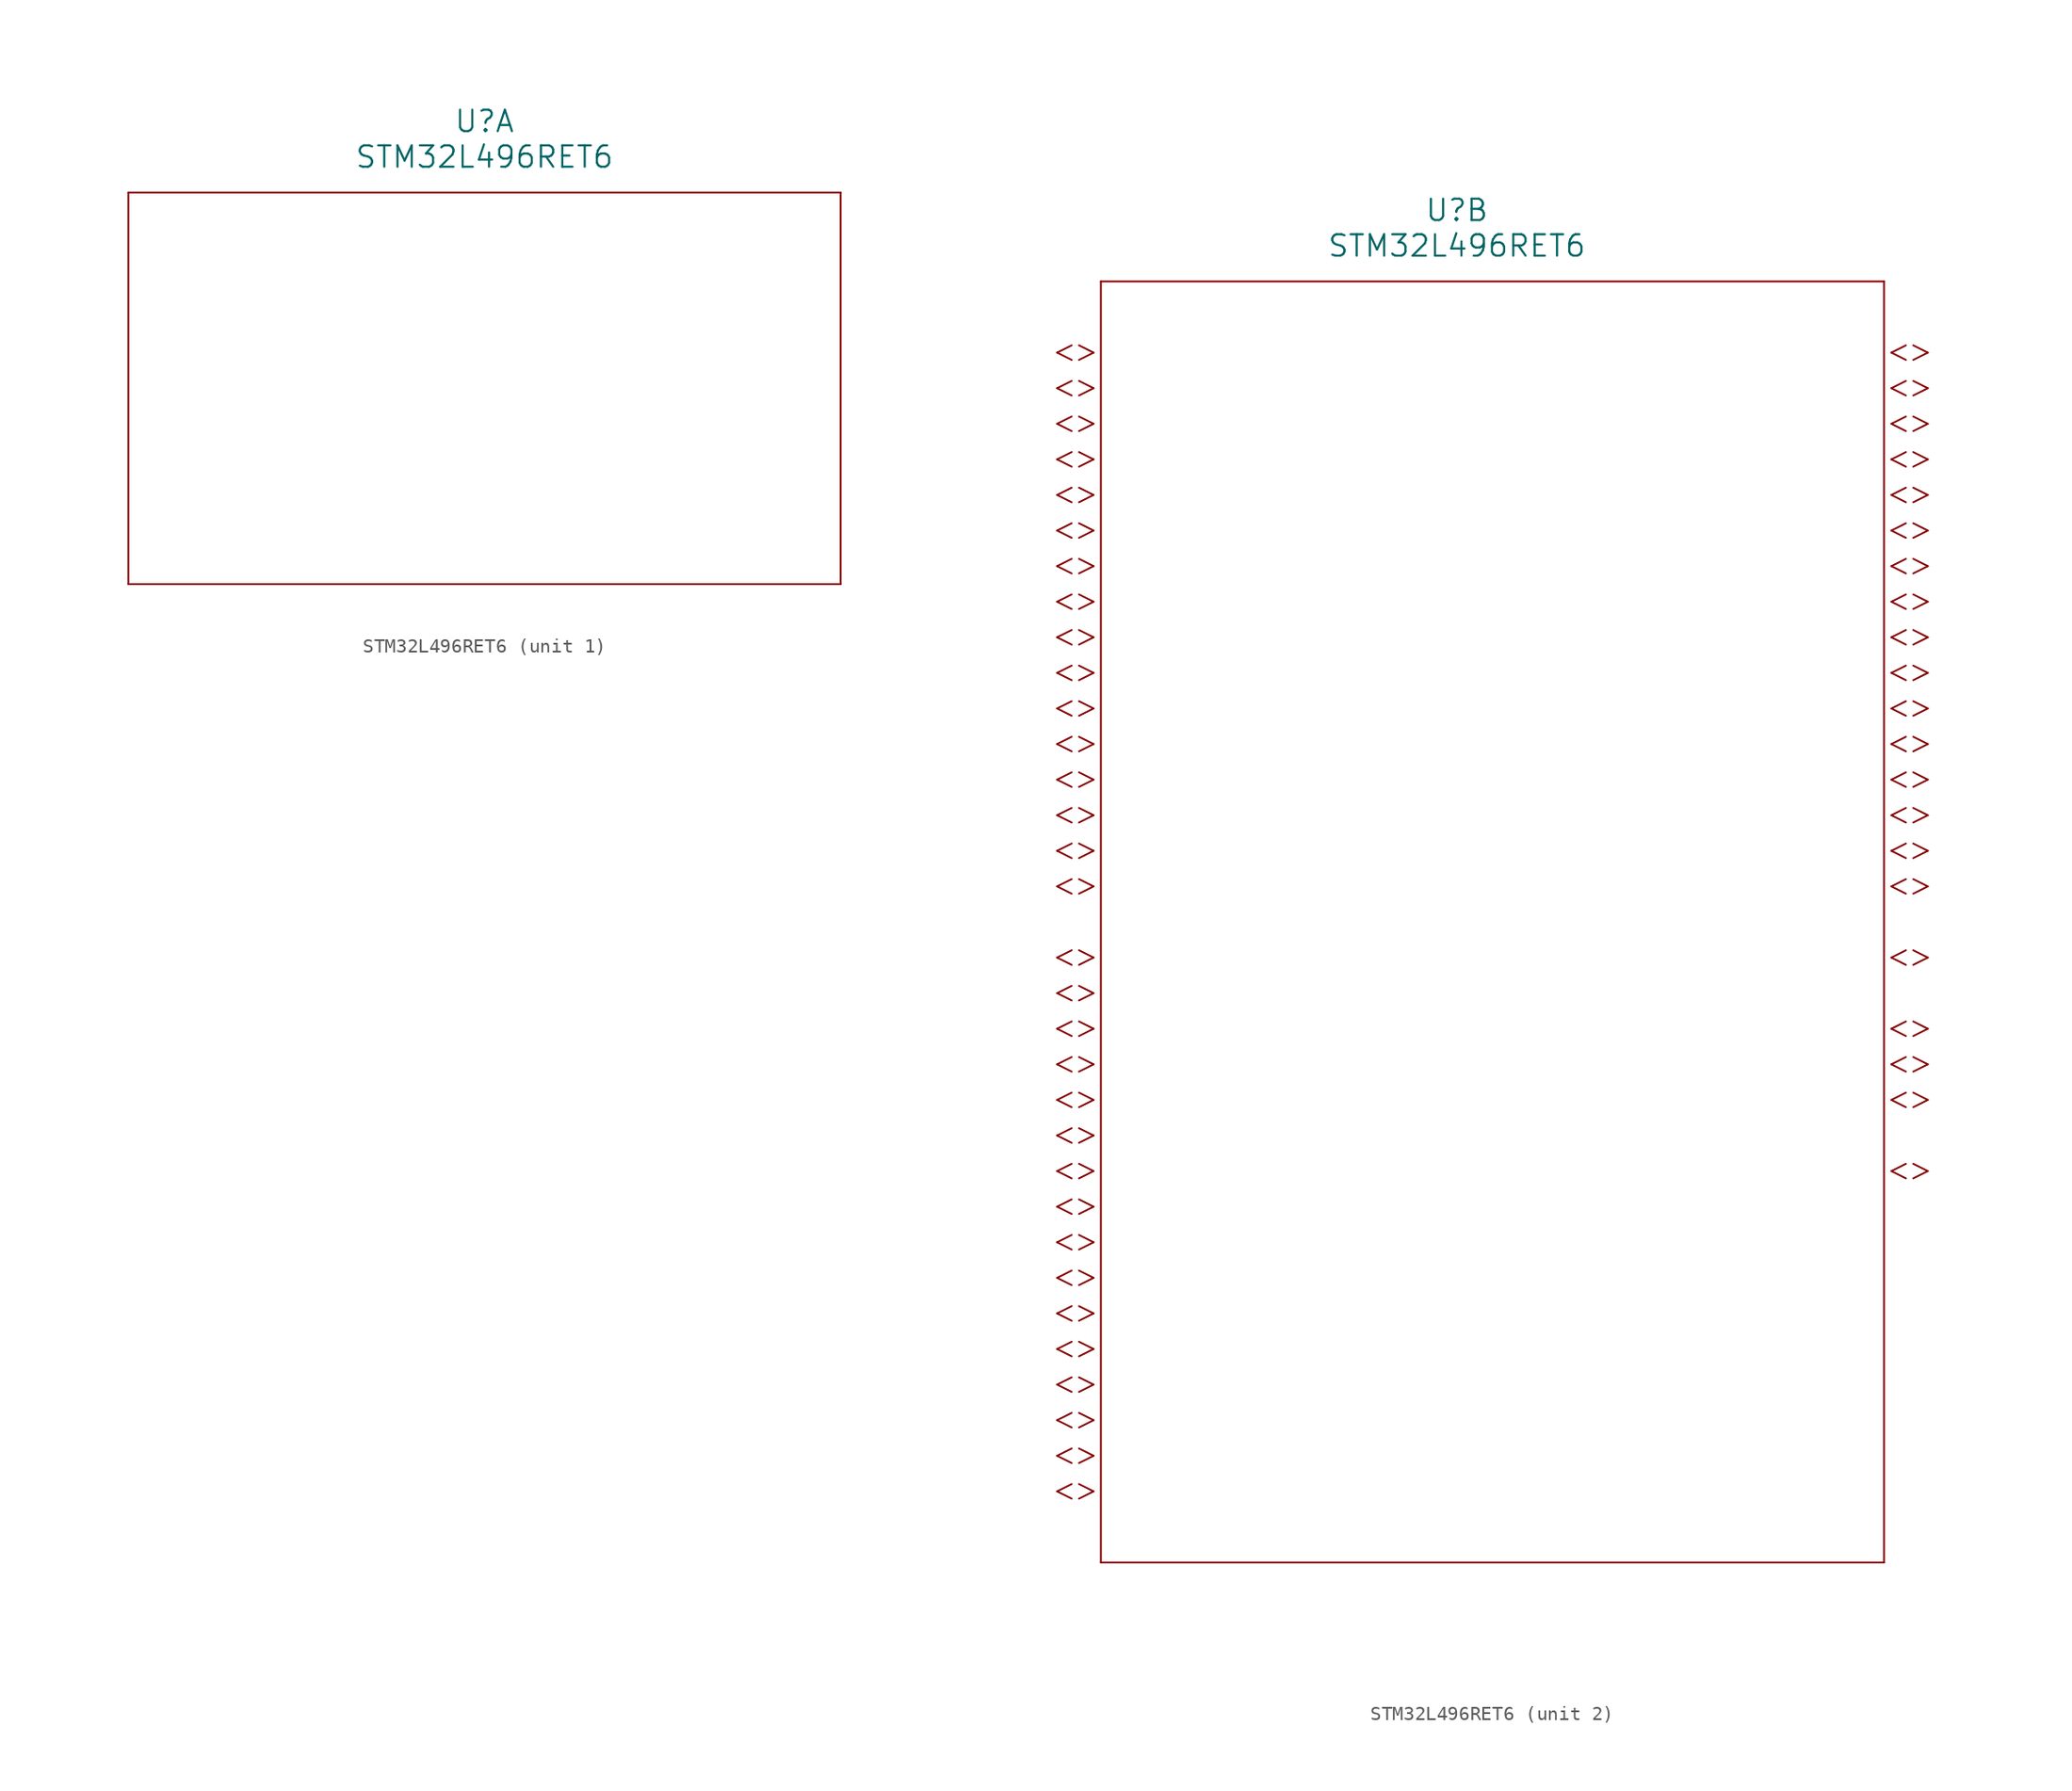
<source format=kicad_sym>
(kicad_symbol_lib
  (version 20220914)
  (generator kicad_symbol_editor)
  (symbol "STM32L496RET6"
    (pin_names
      (offset 0.254))
    (property "Reference" "U"
      (at 33.02 10.16 0)
      (effects (font (size 1.524 1.524))))
    (property "Value" "STM32L496RET6"
      (at 33.02 7.62 0)
      (effects (font (size 1.524 1.524))))
    (symbol "STM32L496RET6_1_1"
      (polyline (pts (xy 7.62 5.08) (xy 7.62 -22.86)) (stroke (width 0.127) (type default) (color 0 0 0 0)) (fill (type none)))
      (polyline (pts (xy 7.62 -22.86) (xy 58.42 -22.86)) (stroke (width 0.127) (type default) (color 0 0 0 0)) (fill (type none)))
      (polyline (pts (xy 58.42 -22.86) (xy 58.42 5.08)) (stroke (width 0.127) (type default) (color 0 0 0 0)) (fill (type none)))
      (polyline (pts (xy 58.42 5.08) (xy 7.62 5.08)) (stroke (width 0.127) (type default) (color 0 0 0 0)) (fill (type none))))
    (symbol "STM32L496RET6_2_1"
      (polyline (pts (xy 7.099 0) (xy 6.058 0.521)) (stroke (width 0.127) (type default) (color 0 0 0 0)) (fill (type none)))
      (polyline (pts (xy 7.099 0) (xy 6.058 -0.521)) (stroke (width 0.127) (type default) (color 0 0 0 0)) (fill (type none)))
      (polyline (pts (xy 5.537 0.521) (xy 4.496 0)) (stroke (width 0.127) (type default) (color 0 0 0 0)) (fill (type none)))
      (polyline (pts (xy 5.537 -0.521) (xy 4.496 0)) (stroke (width 0.127) (type default) (color 0 0 0 0)) (fill (type none)))
      (polyline (pts (xy 7.099 -2.54) (xy 6.058 -2.019)) (stroke (width 0.127) (type default) (color 0 0 0 0)) (fill (type none)))
      (polyline (pts (xy 7.099 -2.54) (xy 6.058 -3.061)) (stroke (width 0.127) (type default) (color 0 0 0 0)) (fill (type none)))
      (polyline (pts (xy 5.537 -2.019) (xy 4.496 -2.54)) (stroke (width 0.127) (type default) (color 0 0 0 0)) (fill (type none)))
      (polyline (pts (xy 5.537 -3.061) (xy 4.496 -2.54)) (stroke (width 0.127) (type default) (color 0 0 0 0)) (fill (type none)))
      (polyline (pts (xy 7.099 -5.08) (xy 6.058 -4.559)) (stroke (width 0.127) (type default) (color 0 0 0 0)) (fill (type none)))
      (polyline (pts (xy 7.099 -5.08) (xy 6.058 -5.601)) (stroke (width 0.127) (type default) (color 0 0 0 0)) (fill (type none)))
      (polyline (pts (xy 5.537 -4.559) (xy 4.496 -5.08)) (stroke (width 0.127) (type default) (color 0 0 0 0)) (fill (type none)))
      (polyline (pts (xy 5.537 -5.601) (xy 4.496 -5.08)) (stroke (width 0.127) (type default) (color 0 0 0 0)) (fill (type none)))
      (polyline (pts (xy 7.099 -7.62) (xy 6.058 -7.099)) (stroke (width 0.127) (type default) (color 0 0 0 0)) (fill (type none)))
      (polyline (pts (xy 7.099 -7.62) (xy 6.058 -8.141)) (stroke (width 0.127) (type default) (color 0 0 0 0)) (fill (type none)))
      (polyline (pts (xy 5.537 -7.099) (xy 4.496 -7.62)) (stroke (width 0.127) (type default) (color 0 0 0 0)) (fill (type none)))
      (polyline (pts (xy 5.537 -8.141) (xy 4.496 -7.62)) (stroke (width 0.127) (type default) (color 0 0 0 0)) (fill (type none)))
      (polyline (pts (xy 7.099 -10.16) (xy 6.058 -9.639)) (stroke (width 0.127) (type default) (color 0 0 0 0)) (fill (type none)))
      (polyline (pts (xy 7.099 -10.16) (xy 6.058 -10.681)) (stroke (width 0.127) (type default) (color 0 0 0 0)) (fill (type none)))
      (polyline (pts (xy 5.537 -9.639) (xy 4.496 -10.16)) (stroke (width 0.127) (type default) (color 0 0 0 0)) (fill (type none)))
      (polyline (pts (xy 5.537 -10.681) (xy 4.496 -10.16)) (stroke (width 0.127) (type default) (color 0 0 0 0)) (fill (type none)))
      (polyline (pts (xy 7.099 -12.7) (xy 6.058 -12.179)) (stroke (width 0.127) (type default) (color 0 0 0 0)) (fill (type none)))
      (polyline (pts (xy 7.099 -12.7) (xy 6.058 -13.221)) (stroke (width 0.127) (type default) (color 0 0 0 0)) (fill (type none)))
      (polyline (pts (xy 5.537 -12.179) (xy 4.496 -12.7)) (stroke (width 0.127) (type default) (color 0 0 0 0)) (fill (type none)))
      (polyline (pts (xy 5.537 -13.221) (xy 4.496 -12.7)) (stroke (width 0.127) (type default) (color 0 0 0 0)) (fill (type none)))
      (polyline (pts (xy 7.099 -15.24) (xy 6.058 -14.719)) (stroke (width 0.127) (type default) (color 0 0 0 0)) (fill (type none)))
      (polyline (pts (xy 7.099 -15.24) (xy 6.058 -15.761)) (stroke (width 0.127) (type default) (color 0 0 0 0)) (fill (type none)))
      (polyline (pts (xy 5.537 -14.719) (xy 4.496 -15.24)) (stroke (width 0.127) (type default) (color 0 0 0 0)) (fill (type none)))
      (polyline (pts (xy 5.537 -15.761) (xy 4.496 -15.24)) (stroke (width 0.127) (type default) (color 0 0 0 0)) (fill (type none)))
      (polyline (pts (xy 7.099 -17.78) (xy 6.058 -17.259)) (stroke (width 0.127) (type default) (color 0 0 0 0)) (fill (type none)))
      (polyline (pts (xy 7.099 -17.78) (xy 6.058 -18.301)) (stroke (width 0.127) (type default) (color 0 0 0 0)) (fill (type none)))
      (polyline (pts (xy 5.537 -17.259) (xy 4.496 -17.78)) (stroke (width 0.127) (type default) (color 0 0 0 0)) (fill (type none)))
      (polyline (pts (xy 5.537 -18.301) (xy 4.496 -17.78)) (stroke (width 0.127) (type default) (color 0 0 0 0)) (fill (type none)))
      (polyline (pts (xy 7.099 -20.32) (xy 6.058 -19.799)) (stroke (width 0.127) (type default) (color 0 0 0 0)) (fill (type none)))
      (polyline (pts (xy 7.099 -20.32) (xy 6.058 -20.841)) (stroke (width 0.127) (type default) (color 0 0 0 0)) (fill (type none)))
      (polyline (pts (xy 5.537 -19.799) (xy 4.496 -20.32)) (stroke (width 0.127) (type default) (color 0 0 0 0)) (fill (type none)))
      (polyline (pts (xy 5.537 -20.841) (xy 4.496 -20.32)) (stroke (width 0.127) (type default) (color 0 0 0 0)) (fill (type none)))
      (polyline (pts (xy 7.099 -22.86) (xy 6.058 -22.339)) (stroke (width 0.127) (type default) (color 0 0 0 0)) (fill (type none)))
      (polyline (pts (xy 7.099 -22.86) (xy 6.058 -23.381)) (stroke (width 0.127) (type default) (color 0 0 0 0)) (fill (type none)))
      (polyline (pts (xy 5.537 -22.339) (xy 4.496 -22.86)) (stroke (width 0.127) (type default) (color 0 0 0 0)) (fill (type none)))
      (polyline (pts (xy 5.537 -23.381) (xy 4.496 -22.86)) (stroke (width 0.127) (type default) (color 0 0 0 0)) (fill (type none)))
      (polyline (pts (xy 7.099 -25.4) (xy 6.058 -24.879)) (stroke (width 0.127) (type default) (color 0 0 0 0)) (fill (type none)))
      (polyline (pts (xy 7.099 -25.4) (xy 6.058 -25.921)) (stroke (width 0.127) (type default) (color 0 0 0 0)) (fill (type none)))
      (polyline (pts (xy 5.537 -24.879) (xy 4.496 -25.4)) (stroke (width 0.127) (type default) (color 0 0 0 0)) (fill (type none)))
      (polyline (pts (xy 5.537 -25.921) (xy 4.496 -25.4)) (stroke (width 0.127) (type default) (color 0 0 0 0)) (fill (type none)))
      (polyline (pts (xy 7.099 -27.94) (xy 6.058 -27.419)) (stroke (width 0.127) (type default) (color 0 0 0 0)) (fill (type none)))
      (polyline (pts (xy 7.099 -27.94) (xy 6.058 -28.461)) (stroke (width 0.127) (type default) (color 0 0 0 0)) (fill (type none)))
      (polyline (pts (xy 5.537 -27.419) (xy 4.496 -27.94)) (stroke (width 0.127) (type default) (color 0 0 0 0)) (fill (type none)))
      (polyline (pts (xy 5.537 -28.461) (xy 4.496 -27.94)) (stroke (width 0.127) (type default) (color 0 0 0 0)) (fill (type none)))
      (polyline (pts (xy 7.099 -30.48) (xy 6.058 -29.959)) (stroke (width 0.127) (type default) (color 0 0 0 0)) (fill (type none)))
      (polyline (pts (xy 7.099 -30.48) (xy 6.058 -31.001)) (stroke (width 0.127) (type default) (color 0 0 0 0)) (fill (type none)))
      (polyline (pts (xy 5.537 -29.959) (xy 4.496 -30.48)) (stroke (width 0.127) (type default) (color 0 0 0 0)) (fill (type none)))
      (polyline (pts (xy 5.537 -31.001) (xy 4.496 -30.48)) (stroke (width 0.127) (type default) (color 0 0 0 0)) (fill (type none)))
      (polyline (pts (xy 7.099 -33.02) (xy 6.058 -32.499)) (stroke (width 0.127) (type default) (color 0 0 0 0)) (fill (type none)))
      (polyline (pts (xy 7.099 -33.02) (xy 6.058 -33.541)) (stroke (width 0.127) (type default) (color 0 0 0 0)) (fill (type none)))
      (polyline (pts (xy 5.537 -32.499) (xy 4.496 -33.02)) (stroke (width 0.127) (type default) (color 0 0 0 0)) (fill (type none)))
      (polyline (pts (xy 5.537 -33.541) (xy 4.496 -33.02)) (stroke (width 0.127) (type default) (color 0 0 0 0)) (fill (type none)))
      (polyline (pts (xy 7.099 -35.56) (xy 6.058 -35.039)) (stroke (width 0.127) (type default) (color 0 0 0 0)) (fill (type none)))
      (polyline (pts (xy 7.099 -35.56) (xy 6.058 -36.081)) (stroke (width 0.127) (type default) (color 0 0 0 0)) (fill (type none)))
      (polyline (pts (xy 5.537 -35.039) (xy 4.496 -35.56)) (stroke (width 0.127) (type default) (color 0 0 0 0)) (fill (type none)))
      (polyline (pts (xy 5.537 -36.081) (xy 4.496 -35.56)) (stroke (width 0.127) (type default) (color 0 0 0 0)) (fill (type none)))
      (polyline (pts (xy 7.099 -38.1) (xy 6.058 -37.579)) (stroke (width 0.127) (type default) (color 0 0 0 0)) (fill (type none)))
      (polyline (pts (xy 7.099 -38.1) (xy 6.058 -38.621)) (stroke (width 0.127) (type default) (color 0 0 0 0)) (fill (type none)))
      (polyline (pts (xy 5.537 -37.579) (xy 4.496 -38.1)) (stroke (width 0.127) (type default) (color 0 0 0 0)) (fill (type none)))
      (polyline (pts (xy 5.537 -38.621) (xy 4.496 -38.1)) (stroke (width 0.127) (type default) (color 0 0 0 0)) (fill (type none)))
      (polyline (pts (xy 7.099 -43.18) (xy 6.058 -42.659)) (stroke (width 0.127) (type default) (color 0 0 0 0)) (fill (type none)))
      (polyline (pts (xy 7.099 -43.18) (xy 6.058 -43.701)) (stroke (width 0.127) (type default) (color 0 0 0 0)) (fill (type none)))
      (polyline (pts (xy 5.537 -42.659) (xy 4.496 -43.18)) (stroke (width 0.127) (type default) (color 0 0 0 0)) (fill (type none)))
      (polyline (pts (xy 5.537 -43.701) (xy 4.496 -43.18)) (stroke (width 0.127) (type default) (color 0 0 0 0)) (fill (type none)))
      (polyline (pts (xy 7.099 -45.72) (xy 6.058 -45.199)) (stroke (width 0.127) (type default) (color 0 0 0 0)) (fill (type none)))
      (polyline (pts (xy 7.099 -45.72) (xy 6.058 -46.241)) (stroke (width 0.127) (type default) (color 0 0 0 0)) (fill (type none)))
      (polyline (pts (xy 5.537 -45.199) (xy 4.496 -45.72)) (stroke (width 0.127) (type default) (color 0 0 0 0)) (fill (type none)))
      (polyline (pts (xy 5.537 -46.241) (xy 4.496 -45.72)) (stroke (width 0.127) (type default) (color 0 0 0 0)) (fill (type none)))
      (polyline (pts (xy 7.099 -48.26) (xy 6.058 -47.739)) (stroke (width 0.127) (type default) (color 0 0 0 0)) (fill (type none)))
      (polyline (pts (xy 7.099 -48.26) (xy 6.058 -48.781)) (stroke (width 0.127) (type default) (color 0 0 0 0)) (fill (type none)))
      (polyline (pts (xy 5.537 -47.739) (xy 4.496 -48.26)) (stroke (width 0.127) (type default) (color 0 0 0 0)) (fill (type none)))
      (polyline (pts (xy 5.537 -48.781) (xy 4.496 -48.26)) (stroke (width 0.127) (type default) (color 0 0 0 0)) (fill (type none)))
      (polyline (pts (xy 7.099 -50.8) (xy 6.058 -50.279)) (stroke (width 0.127) (type default) (color 0 0 0 0)) (fill (type none)))
      (polyline (pts (xy 7.099 -50.8) (xy 6.058 -51.321)) (stroke (width 0.127) (type default) (color 0 0 0 0)) (fill (type none)))
      (polyline (pts (xy 5.537 -50.279) (xy 4.496 -50.8)) (stroke (width 0.127) (type default) (color 0 0 0 0)) (fill (type none)))
      (polyline (pts (xy 5.537 -51.321) (xy 4.496 -50.8)) (stroke (width 0.127) (type default) (color 0 0 0 0)) (fill (type none)))
      (polyline (pts (xy 7.099 -53.34) (xy 6.058 -52.819)) (stroke (width 0.127) (type default) (color 0 0 0 0)) (fill (type none)))
      (polyline (pts (xy 7.099 -53.34) (xy 6.058 -53.861)) (stroke (width 0.127) (type default) (color 0 0 0 0)) (fill (type none)))
      (polyline (pts (xy 5.537 -52.819) (xy 4.496 -53.34)) (stroke (width 0.127) (type default) (color 0 0 0 0)) (fill (type none)))
      (polyline (pts (xy 5.537 -53.861) (xy 4.496 -53.34)) (stroke (width 0.127) (type default) (color 0 0 0 0)) (fill (type none)))
      (polyline (pts (xy 7.099 -55.88) (xy 6.058 -55.359)) (stroke (width 0.127) (type default) (color 0 0 0 0)) (fill (type none)))
      (polyline (pts (xy 7.099 -55.88) (xy 6.058 -56.401)) (stroke (width 0.127) (type default) (color 0 0 0 0)) (fill (type none)))
      (polyline (pts (xy 5.537 -55.359) (xy 4.496 -55.88)) (stroke (width 0.127) (type default) (color 0 0 0 0)) (fill (type none)))
      (polyline (pts (xy 5.537 -56.401) (xy 4.496 -55.88)) (stroke (width 0.127) (type default) (color 0 0 0 0)) (fill (type none)))
      (polyline (pts (xy 7.099 -58.42) (xy 6.058 -57.899)) (stroke (width 0.127) (type default) (color 0 0 0 0)) (fill (type none)))
      (polyline (pts (xy 7.099 -58.42) (xy 6.058 -58.941)) (stroke (width 0.127) (type default) (color 0 0 0 0)) (fill (type none)))
      (polyline (pts (xy 5.537 -57.899) (xy 4.496 -58.42)) (stroke (width 0.127) (type default) (color 0 0 0 0)) (fill (type none)))
      (polyline (pts (xy 5.537 -58.941) (xy 4.496 -58.42)) (stroke (width 0.127) (type default) (color 0 0 0 0)) (fill (type none)))
      (polyline (pts (xy 7.099 -60.96) (xy 6.058 -60.439)) (stroke (width 0.127) (type default) (color 0 0 0 0)) (fill (type none)))
      (polyline (pts (xy 7.099 -60.96) (xy 6.058 -61.481)) (stroke (width 0.127) (type default) (color 0 0 0 0)) (fill (type none)))
      (polyline (pts (xy 5.537 -60.439) (xy 4.496 -60.96)) (stroke (width 0.127) (type default) (color 0 0 0 0)) (fill (type none)))
      (polyline (pts (xy 5.537 -61.481) (xy 4.496 -60.96)) (stroke (width 0.127) (type default) (color 0 0 0 0)) (fill (type none)))
      (polyline (pts (xy 7.099 -63.5) (xy 6.058 -62.979)) (stroke (width 0.127) (type default) (color 0 0 0 0)) (fill (type none)))
      (polyline (pts (xy 7.099 -63.5) (xy 6.058 -64.021)) (stroke (width 0.127) (type default) (color 0 0 0 0)) (fill (type none)))
      (polyline (pts (xy 5.537 -62.979) (xy 4.496 -63.5)) (stroke (width 0.127) (type default) (color 0 0 0 0)) (fill (type none)))
      (polyline (pts (xy 5.537 -64.021) (xy 4.496 -63.5)) (stroke (width 0.127) (type default) (color 0 0 0 0)) (fill (type none)))
      (polyline (pts (xy 7.099 -66.04) (xy 6.058 -65.519)) (stroke (width 0.127) (type default) (color 0 0 0 0)) (fill (type none)))
      (polyline (pts (xy 7.099 -66.04) (xy 6.058 -66.561)) (stroke (width 0.127) (type default) (color 0 0 0 0)) (fill (type none)))
      (polyline (pts (xy 5.537 -65.519) (xy 4.496 -66.04)) (stroke (width 0.127) (type default) (color 0 0 0 0)) (fill (type none)))
      (polyline (pts (xy 5.537 -66.561) (xy 4.496 -66.04)) (stroke (width 0.127) (type default) (color 0 0 0 0)) (fill (type none)))
      (polyline (pts (xy 7.099 -68.58) (xy 6.058 -68.059)) (stroke (width 0.127) (type default) (color 0 0 0 0)) (fill (type none)))
      (polyline (pts (xy 7.099 -68.58) (xy 6.058 -69.101)) (stroke (width 0.127) (type default) (color 0 0 0 0)) (fill (type none)))
      (polyline (pts (xy 5.537 -68.059) (xy 4.496 -68.58)) (stroke (width 0.127) (type default) (color 0 0 0 0)) (fill (type none)))
      (polyline (pts (xy 5.537 -69.101) (xy 4.496 -68.58)) (stroke (width 0.127) (type default) (color 0 0 0 0)) (fill (type none)))
      (polyline (pts (xy 7.099 -71.12) (xy 6.058 -70.599)) (stroke (width 0.127) (type default) (color 0 0 0 0)) (fill (type none)))
      (polyline (pts (xy 7.099 -71.12) (xy 6.058 -71.641)) (stroke (width 0.127) (type default) (color 0 0 0 0)) (fill (type none)))
      (polyline (pts (xy 5.537 -70.599) (xy 4.496 -71.12)) (stroke (width 0.127) (type default) (color 0 0 0 0)) (fill (type none)))
      (polyline (pts (xy 5.537 -71.641) (xy 4.496 -71.12)) (stroke (width 0.127) (type default) (color 0 0 0 0)) (fill (type none)))
      (polyline (pts (xy 7.099 -73.66) (xy 6.058 -73.139)) (stroke (width 0.127) (type default) (color 0 0 0 0)) (fill (type none)))
      (polyline (pts (xy 7.099 -73.66) (xy 6.058 -74.181)) (stroke (width 0.127) (type default) (color 0 0 0 0)) (fill (type none)))
      (polyline (pts (xy 5.537 -73.139) (xy 4.496 -73.66)) (stroke (width 0.127) (type default) (color 0 0 0 0)) (fill (type none)))
      (polyline (pts (xy 5.537 -74.181) (xy 4.496 -73.66)) (stroke (width 0.127) (type default) (color 0 0 0 0)) (fill (type none)))
      (polyline (pts (xy 7.099 -76.2) (xy 6.058 -75.679)) (stroke (width 0.127) (type default) (color 0 0 0 0)) (fill (type none)))
      (polyline (pts (xy 7.099 -76.2) (xy 6.058 -76.721)) (stroke (width 0.127) (type default) (color 0 0 0 0)) (fill (type none)))
      (polyline (pts (xy 5.537 -75.679) (xy 4.496 -76.2)) (stroke (width 0.127) (type default) (color 0 0 0 0)) (fill (type none)))
      (polyline (pts (xy 5.537 -76.721) (xy 4.496 -76.2)) (stroke (width 0.127) (type default) (color 0 0 0 0)) (fill (type none)))
      (polyline (pts (xy 7.099 -78.74) (xy 6.058 -78.219)) (stroke (width 0.127) (type default) (color 0 0 0 0)) (fill (type none)))
      (polyline (pts (xy 7.099 -78.74) (xy 6.058 -79.261)) (stroke (width 0.127) (type default) (color 0 0 0 0)) (fill (type none)))
      (polyline (pts (xy 5.537 -78.219) (xy 4.496 -78.74)) (stroke (width 0.127) (type default) (color 0 0 0 0)) (fill (type none)))
      (polyline (pts (xy 5.537 -79.261) (xy 4.496 -78.74)) (stroke (width 0.127) (type default) (color 0 0 0 0)) (fill (type none)))
      (polyline (pts (xy 7.099 -81.28) (xy 6.058 -80.759)) (stroke (width 0.127) (type default) (color 0 0 0 0)) (fill (type none)))
      (polyline (pts (xy 7.099 -81.28) (xy 6.058 -81.801)) (stroke (width 0.127) (type default) (color 0 0 0 0)) (fill (type none)))
      (polyline (pts (xy 5.537 -80.759) (xy 4.496 -81.28)) (stroke (width 0.127) (type default) (color 0 0 0 0)) (fill (type none)))
      (polyline (pts (xy 5.537 -81.801) (xy 4.496 -81.28)) (stroke (width 0.127) (type default) (color 0 0 0 0)) (fill (type none)))
      (polyline (pts (xy 64.021 0) (xy 65.062 0.521)) (stroke (width 0.127) (type default) (color 0 0 0 0)) (fill (type none)))
      (polyline (pts (xy 64.021 0) (xy 65.062 -0.521)) (stroke (width 0.127) (type default) (color 0 0 0 0)) (fill (type none)))
      (polyline (pts (xy 65.583 0.521) (xy 66.624 0)) (stroke (width 0.127) (type default) (color 0 0 0 0)) (fill (type none)))
      (polyline (pts (xy 65.583 -0.521) (xy 66.624 0)) (stroke (width 0.127) (type default) (color 0 0 0 0)) (fill (type none)))
      (polyline (pts (xy 64.021 -2.54) (xy 65.062 -2.019)) (stroke (width 0.127) (type default) (color 0 0 0 0)) (fill (type none)))
      (polyline (pts (xy 64.021 -2.54) (xy 65.062 -3.061)) (stroke (width 0.127) (type default) (color 0 0 0 0)) (fill (type none)))
      (polyline (pts (xy 65.583 -2.019) (xy 66.624 -2.54)) (stroke (width 0.127) (type default) (color 0 0 0 0)) (fill (type none)))
      (polyline (pts (xy 65.583 -3.061) (xy 66.624 -2.54)) (stroke (width 0.127) (type default) (color 0 0 0 0)) (fill (type none)))
      (polyline (pts (xy 64.021 -5.08) (xy 65.062 -4.559)) (stroke (width 0.127) (type default) (color 0 0 0 0)) (fill (type none)))
      (polyline (pts (xy 64.021 -5.08) (xy 65.062 -5.601)) (stroke (width 0.127) (type default) (color 0 0 0 0)) (fill (type none)))
      (polyline (pts (xy 65.583 -4.559) (xy 66.624 -5.08)) (stroke (width 0.127) (type default) (color 0 0 0 0)) (fill (type none)))
      (polyline (pts (xy 65.583 -5.601) (xy 66.624 -5.08)) (stroke (width 0.127) (type default) (color 0 0 0 0)) (fill (type none)))
      (polyline (pts (xy 64.021 -7.62) (xy 65.062 -7.099)) (stroke (width 0.127) (type default) (color 0 0 0 0)) (fill (type none)))
      (polyline (pts (xy 64.021 -7.62) (xy 65.062 -8.141)) (stroke (width 0.127) (type default) (color 0 0 0 0)) (fill (type none)))
      (polyline (pts (xy 65.583 -7.099) (xy 66.624 -7.62)) (stroke (width 0.127) (type default) (color 0 0 0 0)) (fill (type none)))
      (polyline (pts (xy 65.583 -8.141) (xy 66.624 -7.62)) (stroke (width 0.127) (type default) (color 0 0 0 0)) (fill (type none)))
      (polyline (pts (xy 64.021 -10.16) (xy 65.062 -9.639)) (stroke (width 0.127) (type default) (color 0 0 0 0)) (fill (type none)))
      (polyline (pts (xy 64.021 -10.16) (xy 65.062 -10.681)) (stroke (width 0.127) (type default) (color 0 0 0 0)) (fill (type none)))
      (polyline (pts (xy 65.583 -9.639) (xy 66.624 -10.16)) (stroke (width 0.127) (type default) (color 0 0 0 0)) (fill (type none)))
      (polyline (pts (xy 65.583 -10.681) (xy 66.624 -10.16)) (stroke (width 0.127) (type default) (color 0 0 0 0)) (fill (type none)))
      (polyline (pts (xy 64.021 -12.7) (xy 65.062 -12.179)) (stroke (width 0.127) (type default) (color 0 0 0 0)) (fill (type none)))
      (polyline (pts (xy 64.021 -12.7) (xy 65.062 -13.221)) (stroke (width 0.127) (type default) (color 0 0 0 0)) (fill (type none)))
      (polyline (pts (xy 65.583 -12.179) (xy 66.624 -12.7)) (stroke (width 0.127) (type default) (color 0 0 0 0)) (fill (type none)))
      (polyline (pts (xy 65.583 -13.221) (xy 66.624 -12.7)) (stroke (width 0.127) (type default) (color 0 0 0 0)) (fill (type none)))
      (polyline (pts (xy 64.021 -15.24) (xy 65.062 -14.719)) (stroke (width 0.127) (type default) (color 0 0 0 0)) (fill (type none)))
      (polyline (pts (xy 64.021 -15.24) (xy 65.062 -15.761)) (stroke (width 0.127) (type default) (color 0 0 0 0)) (fill (type none)))
      (polyline (pts (xy 65.583 -14.719) (xy 66.624 -15.24)) (stroke (width 0.127) (type default) (color 0 0 0 0)) (fill (type none)))
      (polyline (pts (xy 65.583 -15.761) (xy 66.624 -15.24)) (stroke (width 0.127) (type default) (color 0 0 0 0)) (fill (type none)))
      (polyline (pts (xy 64.021 -17.78) (xy 65.062 -17.259)) (stroke (width 0.127) (type default) (color 0 0 0 0)) (fill (type none)))
      (polyline (pts (xy 64.021 -17.78) (xy 65.062 -18.301)) (stroke (width 0.127) (type default) (color 0 0 0 0)) (fill (type none)))
      (polyline (pts (xy 65.583 -17.259) (xy 66.624 -17.78)) (stroke (width 0.127) (type default) (color 0 0 0 0)) (fill (type none)))
      (polyline (pts (xy 65.583 -18.301) (xy 66.624 -17.78)) (stroke (width 0.127) (type default) (color 0 0 0 0)) (fill (type none)))
      (polyline (pts (xy 64.021 -20.32) (xy 65.062 -19.799)) (stroke (width 0.127) (type default) (color 0 0 0 0)) (fill (type none)))
      (polyline (pts (xy 64.021 -20.32) (xy 65.062 -20.841)) (stroke (width 0.127) (type default) (color 0 0 0 0)) (fill (type none)))
      (polyline (pts (xy 65.583 -19.799) (xy 66.624 -20.32)) (stroke (width 0.127) (type default) (color 0 0 0 0)) (fill (type none)))
      (polyline (pts (xy 65.583 -20.841) (xy 66.624 -20.32)) (stroke (width 0.127) (type default) (color 0 0 0 0)) (fill (type none)))
      (polyline (pts (xy 64.021 -22.86) (xy 65.062 -22.339)) (stroke (width 0.127) (type default) (color 0 0 0 0)) (fill (type none)))
      (polyline (pts (xy 64.021 -22.86) (xy 65.062 -23.381)) (stroke (width 0.127) (type default) (color 0 0 0 0)) (fill (type none)))
      (polyline (pts (xy 65.583 -22.339) (xy 66.624 -22.86)) (stroke (width 0.127) (type default) (color 0 0 0 0)) (fill (type none)))
      (polyline (pts (xy 65.583 -23.381) (xy 66.624 -22.86)) (stroke (width 0.127) (type default) (color 0 0 0 0)) (fill (type none)))
      (polyline (pts (xy 64.021 -25.4) (xy 65.062 -24.879)) (stroke (width 0.127) (type default) (color 0 0 0 0)) (fill (type none)))
      (polyline (pts (xy 64.021 -25.4) (xy 65.062 -25.921)) (stroke (width 0.127) (type default) (color 0 0 0 0)) (fill (type none)))
      (polyline (pts (xy 65.583 -24.879) (xy 66.624 -25.4)) (stroke (width 0.127) (type default) (color 0 0 0 0)) (fill (type none)))
      (polyline (pts (xy 65.583 -25.921) (xy 66.624 -25.4)) (stroke (width 0.127) (type default) (color 0 0 0 0)) (fill (type none)))
      (polyline (pts (xy 64.021 -27.94) (xy 65.062 -27.419)) (stroke (width 0.127) (type default) (color 0 0 0 0)) (fill (type none)))
      (polyline (pts (xy 64.021 -27.94) (xy 65.062 -28.461)) (stroke (width 0.127) (type default) (color 0 0 0 0)) (fill (type none)))
      (polyline (pts (xy 65.583 -27.419) (xy 66.624 -27.94)) (stroke (width 0.127) (type default) (color 0 0 0 0)) (fill (type none)))
      (polyline (pts (xy 65.583 -28.461) (xy 66.624 -27.94)) (stroke (width 0.127) (type default) (color 0 0 0 0)) (fill (type none)))
      (polyline (pts (xy 64.021 -30.48) (xy 65.062 -29.959)) (stroke (width 0.127) (type default) (color 0 0 0 0)) (fill (type none)))
      (polyline (pts (xy 64.021 -30.48) (xy 65.062 -31.001)) (stroke (width 0.127) (type default) (color 0 0 0 0)) (fill (type none)))
      (polyline (pts (xy 65.583 -29.959) (xy 66.624 -30.48)) (stroke (width 0.127) (type default) (color 0 0 0 0)) (fill (type none)))
      (polyline (pts (xy 65.583 -31.001) (xy 66.624 -30.48)) (stroke (width 0.127) (type default) (color 0 0 0 0)) (fill (type none)))
      (polyline (pts (xy 64.021 -33.02) (xy 65.062 -32.499)) (stroke (width 0.127) (type default) (color 0 0 0 0)) (fill (type none)))
      (polyline (pts (xy 64.021 -33.02) (xy 65.062 -33.541)) (stroke (width 0.127) (type default) (color 0 0 0 0)) (fill (type none)))
      (polyline (pts (xy 65.583 -32.499) (xy 66.624 -33.02)) (stroke (width 0.127) (type default) (color 0 0 0 0)) (fill (type none)))
      (polyline (pts (xy 65.583 -33.541) (xy 66.624 -33.02)) (stroke (width 0.127) (type default) (color 0 0 0 0)) (fill (type none)))
      (polyline (pts (xy 64.021 -35.56) (xy 65.062 -35.039)) (stroke (width 0.127) (type default) (color 0 0 0 0)) (fill (type none)))
      (polyline (pts (xy 64.021 -35.56) (xy 65.062 -36.081)) (stroke (width 0.127) (type default) (color 0 0 0 0)) (fill (type none)))
      (polyline (pts (xy 65.583 -35.039) (xy 66.624 -35.56)) (stroke (width 0.127) (type default) (color 0 0 0 0)) (fill (type none)))
      (polyline (pts (xy 65.583 -36.081) (xy 66.624 -35.56)) (stroke (width 0.127) (type default) (color 0 0 0 0)) (fill (type none)))
      (polyline (pts (xy 64.021 -38.1) (xy 65.062 -37.579)) (stroke (width 0.127) (type default) (color 0 0 0 0)) (fill (type none)))
      (polyline (pts (xy 64.021 -38.1) (xy 65.062 -38.621)) (stroke (width 0.127) (type default) (color 0 0 0 0)) (fill (type none)))
      (polyline (pts (xy 65.583 -37.579) (xy 66.624 -38.1)) (stroke (width 0.127) (type default) (color 0 0 0 0)) (fill (type none)))
      (polyline (pts (xy 65.583 -38.621) (xy 66.624 -38.1)) (stroke (width 0.127) (type default) (color 0 0 0 0)) (fill (type none)))
      (polyline (pts (xy 64.021 -43.18) (xy 65.062 -42.659)) (stroke (width 0.127) (type default) (color 0 0 0 0)) (fill (type none)))
      (polyline (pts (xy 64.021 -43.18) (xy 65.062 -43.701)) (stroke (width 0.127) (type default) (color 0 0 0 0)) (fill (type none)))
      (polyline (pts (xy 65.583 -42.659) (xy 66.624 -43.18)) (stroke (width 0.127) (type default) (color 0 0 0 0)) (fill (type none)))
      (polyline (pts (xy 65.583 -43.701) (xy 66.624 -43.18)) (stroke (width 0.127) (type default) (color 0 0 0 0)) (fill (type none)))
      (polyline (pts (xy 64.021 -48.26) (xy 65.062 -47.739)) (stroke (width 0.127) (type default) (color 0 0 0 0)) (fill (type none)))
      (polyline (pts (xy 64.021 -48.26) (xy 65.062 -48.781)) (stroke (width 0.127) (type default) (color 0 0 0 0)) (fill (type none)))
      (polyline (pts (xy 65.583 -47.739) (xy 66.624 -48.26)) (stroke (width 0.127) (type default) (color 0 0 0 0)) (fill (type none)))
      (polyline (pts (xy 65.583 -48.781) (xy 66.624 -48.26)) (stroke (width 0.127) (type default) (color 0 0 0 0)) (fill (type none)))
      (polyline (pts (xy 64.021 -50.8) (xy 65.062 -50.279)) (stroke (width 0.127) (type default) (color 0 0 0 0)) (fill (type none)))
      (polyline (pts (xy 64.021 -50.8) (xy 65.062 -51.321)) (stroke (width 0.127) (type default) (color 0 0 0 0)) (fill (type none)))
      (polyline (pts (xy 65.583 -50.279) (xy 66.624 -50.8)) (stroke (width 0.127) (type default) (color 0 0 0 0)) (fill (type none)))
      (polyline (pts (xy 65.583 -51.321) (xy 66.624 -50.8)) (stroke (width 0.127) (type default) (color 0 0 0 0)) (fill (type none)))
      (polyline (pts (xy 64.021 -53.34) (xy 65.062 -52.819)) (stroke (width 0.127) (type default) (color 0 0 0 0)) (fill (type none)))
      (polyline (pts (xy 64.021 -53.34) (xy 65.062 -53.861)) (stroke (width 0.127) (type default) (color 0 0 0 0)) (fill (type none)))
      (polyline (pts (xy 65.583 -52.819) (xy 66.624 -53.34)) (stroke (width 0.127) (type default) (color 0 0 0 0)) (fill (type none)))
      (polyline (pts (xy 65.583 -53.861) (xy 66.624 -53.34)) (stroke (width 0.127) (type default) (color 0 0 0 0)) (fill (type none)))
      (polyline (pts (xy 64.021 -58.42) (xy 65.062 -57.899)) (stroke (width 0.127) (type default) (color 0 0 0 0)) (fill (type none)))
      (polyline (pts (xy 64.021 -58.42) (xy 65.062 -58.941)) (stroke (width 0.127) (type default) (color 0 0 0 0)) (fill (type none)))
      (polyline (pts (xy 65.583 -57.899) (xy 66.624 -58.42)) (stroke (width 0.127) (type default) (color 0 0 0 0)) (fill (type none)))
      (polyline (pts (xy 65.583 -58.941) (xy 66.624 -58.42)) (stroke (width 0.127) (type default) (color 0 0 0 0)) (fill (type none)))
      (polyline (pts (xy 7.62 5.08) (xy 7.62 -86.36)) (stroke (width 0.127) (type default) (color 0 0 0 0)) (fill (type none)))
      (polyline (pts (xy 7.62 -86.36) (xy 63.5 -86.36)) (stroke (width 0.127) (type default) (color 0 0 0 0)) (fill (type none)))
      (polyline (pts (xy 63.5 -86.36) (xy 63.5 5.08)) (stroke (width 0.127) (type default) (color 0 0 0 0)) (fill (type none)))
      (polyline (pts (xy 63.5 5.08) (xy 7.62 5.08)) (stroke (width 0.127) (type default) (color 0 0 0 0)) (fill (type none))))))
</source>
